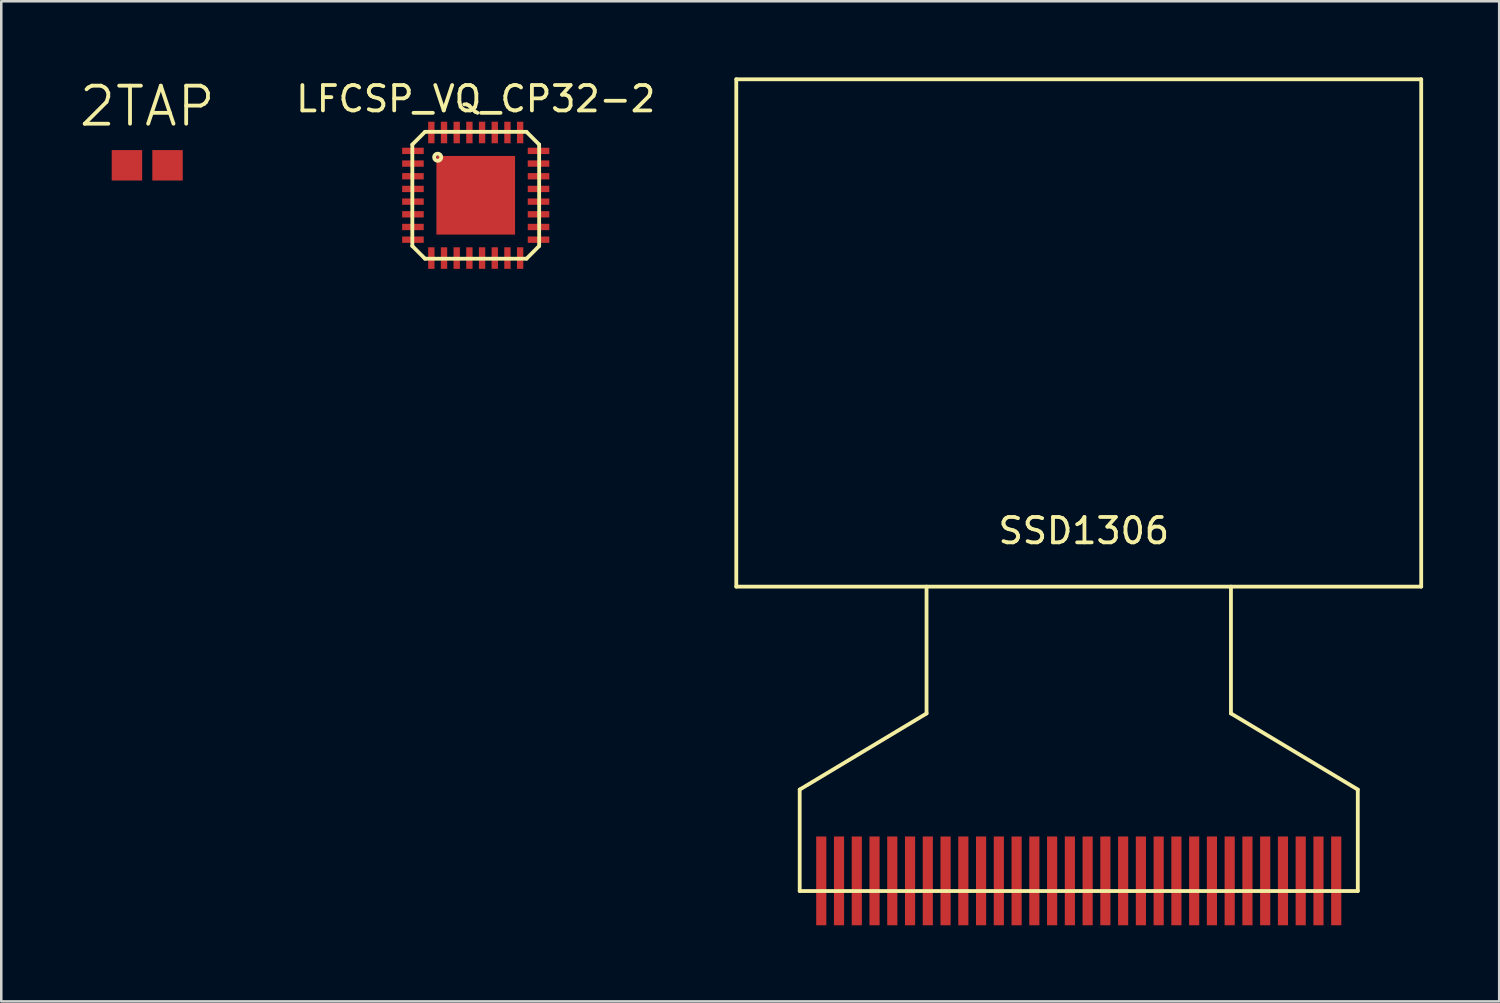
<source format=kicad_pcb>
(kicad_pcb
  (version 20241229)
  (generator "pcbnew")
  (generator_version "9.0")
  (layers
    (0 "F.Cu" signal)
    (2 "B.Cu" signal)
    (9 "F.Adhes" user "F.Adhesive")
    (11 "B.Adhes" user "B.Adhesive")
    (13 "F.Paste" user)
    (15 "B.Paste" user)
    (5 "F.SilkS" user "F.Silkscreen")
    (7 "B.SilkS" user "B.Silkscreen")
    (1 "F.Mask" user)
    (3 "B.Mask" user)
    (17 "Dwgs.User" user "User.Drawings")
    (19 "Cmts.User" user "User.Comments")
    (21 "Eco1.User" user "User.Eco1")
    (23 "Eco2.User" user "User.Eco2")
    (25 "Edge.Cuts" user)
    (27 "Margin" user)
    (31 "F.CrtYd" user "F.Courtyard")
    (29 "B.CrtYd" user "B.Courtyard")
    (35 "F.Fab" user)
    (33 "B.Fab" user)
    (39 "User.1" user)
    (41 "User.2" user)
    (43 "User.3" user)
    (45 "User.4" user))
  (footprint "LFCSP_VQ_CP32-2"
    (layer "F.Cu")
    (at 15.704 4.648)
    (property "Reference" "LFCSP_VQ_CP32-2" (at 0 -3.8 0) (layer "F.SilkS") (effects (font (size 1 1) (thickness 0.15))))
    (attr through_hole)
    (fp_line (start -2.5 -2) (end -2.5 2) (stroke (width 0.15) (type solid)) (layer "F.SilkS"))
    (fp_line (start -2.5 2) (end -2 2.5) (stroke (width 0.15) (type solid)) (layer "F.SilkS"))
    (fp_line (start -2 -2.5) (end -2.5 -2) (stroke (width 0.15) (type solid)) (layer "F.SilkS"))
    (fp_line (start -2 2.5) (end 2 2.5) (stroke (width 0.15) (type solid)) (layer "F.SilkS"))
    (fp_line (start 2 -2.5) (end -2 -2.5) (stroke (width 0.15) (type solid)) (layer "F.SilkS"))
    (fp_line (start 2 2.5) (end 2.5 2) (stroke (width 0.15) (type solid)) (layer "F.SilkS"))
    (fp_line (start 2.5 -2) (end 2 -2.5) (stroke (width 0.15) (type solid)) (layer "F.SilkS"))
    (fp_line (start 2.5 2) (end 2.5 -2) (stroke (width 0.15) (type solid)) (layer "F.SilkS"))
    (fp_circle (center -1.5 -1.5) (end -1.4 -1.4) (stroke (width 0.15) (type solid)) (fill no) (layer "F.SilkS"))
    (pad "1" smd rect (at -2.475 -1.75) (size 0.85 0.25) (layers "F.Cu" "F.Mask" "F.Paste"))
    (pad "2" smd rect (at -2.475 -1.25) (size 0.85 0.25) (layers "F.Cu" "F.Mask" "F.Paste"))
    (pad "3" smd rect (at -2.475 -0.75) (size 0.85 0.25) (layers "F.Cu" "F.Mask" "F.Paste"))
    (pad "4" smd rect (at -2.475 -0.25) (size 0.85 0.25) (layers "F.Cu" "F.Mask" "F.Paste"))
    (pad "5" smd rect (at -2.475 0.25) (size 0.85 0.25) (layers "F.Cu" "F.Mask" "F.Paste"))
    (pad "6" smd rect (at -2.475 0.75) (size 0.85 0.25) (layers "F.Cu" "F.Mask" "F.Paste"))
    (pad "7" smd rect (at -2.475 1.25) (size 0.85 0.25) (layers "F.Cu" "F.Mask" "F.Paste"))
    (pad "8" smd rect (at -2.475 1.75) (size 0.85 0.25) (layers "F.Cu" "F.Mask" "F.Paste"))
    (pad "9" smd rect (at -1.75 2.475) (size 0.25 0.85) (layers "F.Cu" "F.Mask" "F.Paste"))
    (pad "10" smd rect (at -1.25 2.475) (size 0.25 0.85) (layers "F.Cu" "F.Mask" "F.Paste"))
    (pad "11" smd rect (at -0.75 2.475) (size 0.25 0.85) (layers "F.Cu" "F.Mask" "F.Paste"))
    (pad "12" smd rect (at -0.25 2.475) (size 0.25 0.85) (layers "F.Cu" "F.Mask" "F.Paste"))
    (pad "13" smd rect (at 0.25 2.475) (size 0.25 0.85) (layers "F.Cu" "F.Mask" "F.Paste"))
    (pad "14" smd rect (at 0.75 2.475) (size 0.25 0.85) (layers "F.Cu" "F.Mask" "F.Paste"))
    (pad "15" smd rect (at 1.25 2.475) (size 0.25 0.85) (layers "F.Cu" "F.Mask" "F.Paste"))
    (pad "16" smd rect (at 1.75 2.475) (size 0.25 0.85) (layers "F.Cu" "F.Mask" "F.Paste"))
    (pad "17" smd rect (at 2.475 1.75) (size 0.85 0.25) (layers "F.Cu" "F.Mask" "F.Paste"))
    (pad "18" smd rect (at 2.475 1.25) (size 0.85 0.25) (layers "F.Cu" "F.Mask" "F.Paste"))
    (pad "19" smd rect (at 2.475 0.75) (size 0.85 0.25) (layers "F.Cu" "F.Mask" "F.Paste"))
    (pad "20" smd rect (at 2.475 0.25) (size 0.85 0.25) (layers "F.Cu" "F.Mask" "F.Paste"))
    (pad "21" smd rect (at 2.475 -0.25) (size 0.85 0.25) (layers "F.Cu" "F.Mask" "F.Paste"))
    (pad "22" smd rect (at 2.475 -0.75) (size 0.85 0.25) (layers "F.Cu" "F.Mask" "F.Paste"))
    (pad "23" smd rect (at 2.475 -1.25) (size 0.85 0.25) (layers "F.Cu" "F.Mask" "F.Paste"))
    (pad "24" smd rect (at 2.475 -1.75) (size 0.85 0.25) (layers "F.Cu" "F.Mask" "F.Paste"))
    (pad "25" smd rect (at 1.75 -2.475) (size 0.25 0.85) (layers "F.Cu" "F.Mask" "F.Paste"))
    (pad "26" smd rect (at 1.25 -2.475) (size 0.25 0.85) (layers "F.Cu" "F.Mask" "F.Paste"))
    (pad "27" smd rect (at 0.75 -2.475) (size 0.25 0.85) (layers "F.Cu" "F.Mask" "F.Paste"))
    (pad "28" smd rect (at 0.25 -2.475) (size 0.25 0.85) (layers "F.Cu" "F.Mask" "F.Paste"))
    (pad "29" smd rect (at -0.25 -2.475) (size 0.25 0.85) (layers "F.Cu" "F.Mask" "F.Paste"))
    (pad "30" smd rect (at -0.75 -2.475) (size 0.25 0.85) (layers "F.Cu" "F.Mask" "F.Paste"))
    (pad "31" smd rect (at -1.25 -2.475) (size 0.25 0.85) (layers "F.Cu" "F.Mask" "F.Paste"))
    (pad "32" smd rect (at -1.75 -2.475) (size 0.25 0.85) (layers "F.Cu" "F.Mask" "F.Paste"))
    (pad "33" smd rect (at 0 0) (size 3.1 3.1) (layers "F.Cu" "F.Mask" "F.Paste")))
  (footprint "2TAP"
    (layer "F.Cu")
    (at 2.754 3.466)
    (property "Reference" "2TAP" (at 0 -2.325 0) (layer "F.SilkS") (effects (font (size 1.5 1.5) (thickness 0.15))))
    (attr through_hole)
    (pad "1" smd rect (at -0.8 0) (size 1.2 1.2) (layers "F.Cu" "F.Mask" "F.Paste"))
    (pad "2" smd rect (at 0.8 0) (size 1.2 1.2) (layers "F.Cu" "F.Mask" "F.Paste")))
  (footprint "SSD1306"
    (layer "F.Cu")
    (at 39.475 20.075)
    (property "Reference" "SSD1306" (at 0.2 -2.2 0) (layer "F.SilkS") (effects (font (size 1 1) (thickness 0.15))))
    (attr through_hole)
    (fp_line (start -13.5 -20) (end -13.5 0) (stroke (width 0.15) (type solid)) (layer "F.SilkS"))
    (fp_line (start -13.5 0) (end 13.5 0) (stroke (width 0.15) (type solid)) (layer "F.SilkS"))
    (fp_line (start -11 8) (end -6 5) (stroke (width 0.15) (type solid)) (layer "F.SilkS"))
    (fp_line (start -11 12) (end -11 8) (stroke (width 0.15) (type solid)) (layer "F.SilkS"))
    (fp_line (start -11 12) (end 11 12) (stroke (width 0.15) (type solid)) (layer "F.SilkS"))
    (fp_line (start -6 5) (end -6 0) (stroke (width 0.15) (type solid)) (layer "F.SilkS"))
    (fp_line (start 6 5) (end 6 0) (stroke (width 0.15) (type solid)) (layer "F.SilkS"))
    (fp_line (start 11 8) (end 6 5) (stroke (width 0.15) (type solid)) (layer "F.SilkS"))
    (fp_line (start 11 12) (end 11 8) (stroke (width 0.15) (type solid)) (layer "F.SilkS"))
    (fp_line (start 13.5 -20) (end -13.5 -20) (stroke (width 0.15) (type solid)) (layer "F.SilkS"))
    (fp_line (start 13.5 -20) (end 13.5 0) (stroke (width 0.15) (type solid)) (layer "F.SilkS"))
    (pad "1" smd rect (at -10.15 11.6) (size 0.4 3.5) (layers "F.Cu" "F.Mask" "F.Paste"))
    (pad "2" smd rect (at -9.45 11.6) (size 0.4 3.5) (layers "F.Cu" "F.Mask" "F.Paste"))
    (pad "3" smd rect (at -8.75 11.6) (size 0.4 3.5) (layers "F.Cu" "F.Mask" "F.Paste"))
    (pad "4" smd rect (at -8.05 11.6) (size 0.4 3.5) (layers "F.Cu" "F.Mask" "F.Paste"))
    (pad "5" smd rect (at -7.35 11.6) (size 0.4 3.5) (layers "F.Cu" "F.Mask" "F.Paste"))
    (pad "6" smd rect (at -6.65 11.6) (size 0.4 3.5) (layers "F.Cu" "F.Mask" "F.Paste"))
    (pad "7" smd rect (at -5.95 11.6) (size 0.4 3.5) (layers "F.Cu" "F.Mask" "F.Paste"))
    (pad "8" smd rect (at -5.25 11.6) (size 0.4 3.5) (layers "F.Cu" "F.Mask" "F.Paste"))
    (pad "9" smd rect (at -4.55 11.6) (size 0.4 3.5) (layers "F.Cu" "F.Mask" "F.Paste"))
    (pad "10" smd rect (at -3.85 11.6) (size 0.4 3.5) (layers "F.Cu" "F.Mask" "F.Paste"))
    (pad "11" smd rect (at -3.15 11.6) (size 0.4 3.5) (layers "F.Cu" "F.Mask" "F.Paste"))
    (pad "12" smd rect (at -2.45 11.6) (size 0.4 3.5) (layers "F.Cu" "F.Mask" "F.Paste"))
    (pad "13" smd rect (at -1.75 11.6) (size 0.4 3.5) (layers "F.Cu" "F.Mask" "F.Paste"))
    (pad "14" smd rect (at -1.05 11.6) (size 0.4 3.5) (layers "F.Cu" "F.Mask" "F.Paste"))
    (pad "15" smd rect (at -0.35 11.6) (size 0.4 3.5) (layers "F.Cu" "F.Mask" "F.Paste"))
    (pad "16" smd rect (at 0.35 11.6) (size 0.4 3.5) (layers "F.Cu" "F.Mask" "F.Paste"))
    (pad "17" smd rect (at 1.05 11.6) (size 0.4 3.5) (layers "F.Cu" "F.Mask" "F.Paste"))
    (pad "18" smd rect (at 1.75 11.6) (size 0.4 3.5) (layers "F.Cu" "F.Mask" "F.Paste"))
    (pad "19" smd rect (at 2.45 11.6) (size 0.4 3.5) (layers "F.Cu" "F.Mask" "F.Paste"))
    (pad "20" smd rect (at 3.15 11.6) (size 0.4 3.5) (layers "F.Cu" "F.Mask" "F.Paste"))
    (pad "21" smd rect (at 3.85 11.6) (size 0.4 3.5) (layers "F.Cu" "F.Mask" "F.Paste"))
    (pad "22" smd rect (at 4.55 11.6) (size 0.4 3.5) (layers "F.Cu" "F.Mask" "F.Paste"))
    (pad "23" smd rect (at 5.25 11.6) (size 0.4 3.5) (layers "F.Cu" "F.Mask" "F.Paste"))
    (pad "24" smd rect (at 5.95 11.6) (size 0.4 3.5) (layers "F.Cu" "F.Mask" "F.Paste"))
    (pad "25" smd rect (at 6.65 11.6) (size 0.4 3.5) (layers "F.Cu" "F.Mask" "F.Paste"))
    (pad "26" smd rect (at 7.35 11.6) (size 0.4 3.5) (layers "F.Cu" "F.Mask" "F.Paste"))
    (pad "27" smd rect (at 8.05 11.6) (size 0.4 3.5) (layers "F.Cu" "F.Mask" "F.Paste"))
    (pad "28" smd rect (at 8.75 11.6) (size 0.4 3.5) (layers "F.Cu" "F.Mask" "F.Paste"))
    (pad "29" smd rect (at 9.45 11.6) (size 0.4 3.5) (layers "F.Cu" "F.Mask" "F.Paste"))
    (pad "30" smd rect (at 10.15 11.6) (size 0.4 3.5) (layers "F.Cu" "F.Mask" "F.Paste")))
  (gr_rect
    (start -3 -3)
    (end 56.05 36.425)
    (stroke (width 0.1) (type default))
    (fill no)
    (layer "Edge.Cuts")))
</source>
